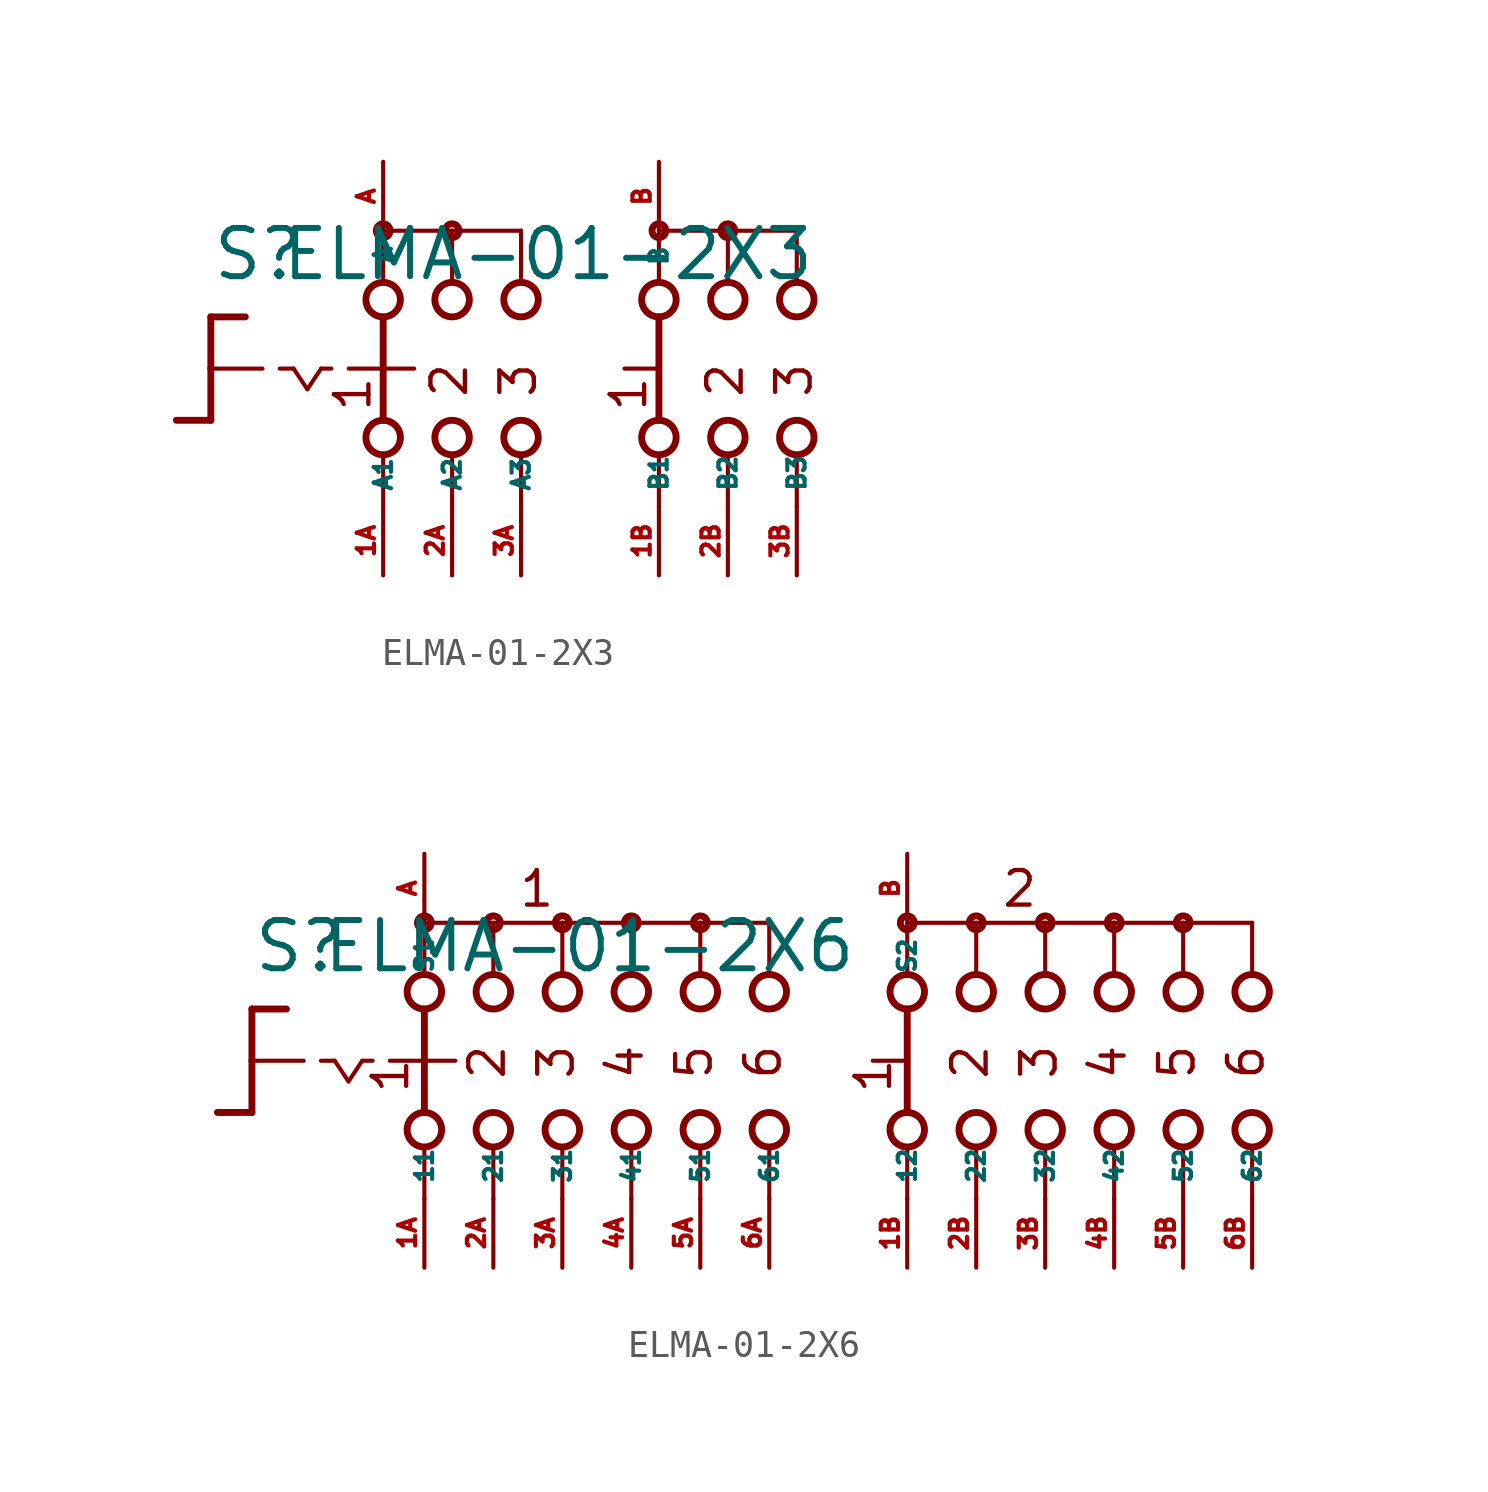
<source format=kicad_sym>
(kicad_symbol_lib
  (version 20220914)
  (generator Eagle2Kicad)
  (symbol "ELMA-01-2X3"
    (property "Reference" "S"
      (at -11.43 3.175 0)
      (effects (font (size 1.778 1.778) (thickness 0.22)) (justify left bottom)))
    (property "Value" "ELMA-01-2X3"
      (at -8.89 3.175 0)
      (effects (font (size 1.778 1.778) (thickness 0.22)) (justify left bottom)))
    (polyline
      (pts (xy -11.43 1.905) (xy -10.16 1.905))
      (stroke (width 0.254) (type default))
      (fill (type none)))
    (polyline
      (pts (xy -11.43 1.905) (xy -11.43 0))
      (stroke (width 0.254) (type default))
      (fill (type none)))
    (polyline
      (pts (xy -11.43 -1.905) (xy -12.7 -1.905))
      (stroke (width 0.254) (type default))
      (fill (type none)))
    (polyline
      (pts (xy -11.43 0) (xy -9.525 0))
      (stroke (width 0.152) (type default))
      (fill (type none)))
    (polyline
      (pts (xy -11.43 0) (xy -11.43 -1.905))
      (stroke (width 0.254) (type default))
      (fill (type none)))
    (polyline
      (pts (xy -8.89 0) (xy -8.382 0))
      (stroke (width 0.152) (type default))
      (fill (type none)))
    (polyline
      (pts (xy -7.366 0) (xy -6.985 0))
      (stroke (width 0.152) (type default))
      (fill (type none)))
    (polyline
      (pts (xy -8.382 0) (xy -7.874 -0.762))
      (stroke (width 0.152) (type default))
      (fill (type none)))
    (polyline
      (pts (xy -7.874 -0.762) (xy -7.366 0))
      (stroke (width 0.152) (type default))
      (fill (type none)))
    (polyline
      (pts (xy -6.35 0) (xy -5.207 0))
      (stroke (width 0.152) (type default))
      (fill (type none)))
    (polyline
      (pts (xy -2.54 3.175) (xy -2.54 5.08))
      (stroke (width 0.152) (type default))
      (fill (type none)))
    (polyline
      (pts (xy 0 3.175) (xy 0 5.08))
      (stroke (width 0.152) (type default))
      (fill (type none)))
    (polyline
      (pts (xy -2.54 -5.08) (xy -2.54 -3.175))
      (stroke (width 0.152) (type default))
      (fill (type none)))
    (polyline
      (pts (xy 0 -5.08) (xy 0 -3.175))
      (stroke (width 0.152) (type default))
      (fill (type none)))
    (polyline
      (pts (xy 0 5.08) (xy -2.54 5.08))
      (stroke (width 0.152) (type default))
      (fill (type none)))
    (polyline
      (pts (xy 5.08 -5.08) (xy 5.08 -3.175))
      (stroke (width 0.152) (type default))
      (fill (type none)))
    (polyline
      (pts (xy 7.62 -5.08) (xy 7.62 -3.175))
      (stroke (width 0.152) (type default))
      (fill (type none)))
    (polyline
      (pts (xy 5.08 3.175) (xy 5.08 5.08))
      (stroke (width 0.152) (type default))
      (fill (type none)))
    (polyline
      (pts (xy 7.62 3.175) (xy 7.62 5.08))
      (stroke (width 0.152) (type default))
      (fill (type none)))
    (polyline
      (pts (xy 5.08 5.08) (xy 7.62 5.08))
      (stroke (width 0.152) (type default))
      (fill (type none)))
    (polyline
      (pts (xy -5.08 5.08) (xy -5.08 3.175))
      (stroke (width 0.152) (type default))
      (fill (type none)))
    (polyline
      (pts (xy -5.08 1.905) (xy -5.08 0))
      (stroke (width 0.254) (type default))
      (fill (type none)))
    (polyline
      (pts (xy -5.08 -3.175) (xy -5.08 -5.08))
      (stroke (width 0.152) (type default))
      (fill (type none)))
    (polyline
      (pts (xy -2.54 5.08) (xy -5.08 5.08))
      (stroke (width 0.152) (type default))
      (fill (type none)))
    (polyline
      (pts (xy 10.16 3.175) (xy 10.16 5.08))
      (stroke (width 0.152) (type default))
      (fill (type none)))
    (polyline
      (pts (xy 10.16 -5.08) (xy 10.16 -3.175))
      (stroke (width 0.152) (type default))
      (fill (type none)))
    (polyline
      (pts (xy -5.08 0) (xy -3.937 0))
      (stroke (width 0.152) (type default))
      (fill (type none)))
    (polyline
      (pts (xy -5.08 0) (xy -5.08 -1.905))
      (stroke (width 0.254) (type default))
      (fill (type none)))
    (polyline
      (pts (xy 3.81 0) (xy 4.953 0))
      (stroke (width 0.152) (type default))
      (fill (type none)))
    (polyline
      (pts (xy 5.08 1.905) (xy 5.08 -1.905))
      (stroke (width 0.254) (type default))
      (fill (type none)))
    (polyline
      (pts (xy 7.62 5.08) (xy 10.16 5.08))
      (stroke (width 0.152) (type default))
      (fill (type none)))
    (text "1"
      (at -5.461 -1.651 900)
      (effects (font (size 1.27 1.27) (thickness 0.16)) (justify left bottom)))
    (text "2"
      (at -1.905 -1.143 900)
      (effects (font (size 1.27 1.27) (thickness 0.16)) (justify left bottom)))
    (text "3"
      (at 0.635 -1.143 900)
      (effects (font (size 1.27 1.27) (thickness 0.16)) (justify left bottom)))
    (text "1"
      (at 4.699 -1.651 900)
      (effects (font (size 1.27 1.27) (thickness 0.16)) (justify left bottom)))
    (text "2"
      (at 8.255 -1.143 900)
      (effects (font (size 1.27 1.27) (thickness 0.16)) (justify left bottom)))
    (text "3"
      (at 10.795 -1.143 900)
      (effects (font (size 1.27 1.27) (thickness 0.16)) (justify left bottom)))
    (circle
      (center -5.08 5.08)
      (radius 0.254)
      (stroke (width 0.254) (type default))
      (fill (type none)))
    (circle
      (center -2.54 5.08)
      (radius 0.254)
      (stroke (width 0.254) (type default))
      (fill (type none)))
    (circle
      (center -5.08 2.54)
      (radius 0.635)
      (stroke (width 0.254) (type default))
      (fill (type none)))
    (circle
      (center -2.54 2.54)
      (radius 0.635)
      (stroke (width 0.254) (type default))
      (fill (type none)))
    (circle
      (center 0 2.54)
      (radius 0.635)
      (stroke (width 0.254) (type default))
      (fill (type none)))
    (circle
      (center -5.08 -2.54)
      (radius 0.635)
      (stroke (width 0.254) (type default))
      (fill (type none)))
    (circle
      (center -2.54 -2.54)
      (radius 0.635)
      (stroke (width 0.254) (type default))
      (fill (type none)))
    (circle
      (center 0 -2.54)
      (radius 0.635)
      (stroke (width 0.254) (type default))
      (fill (type none)))
    (circle
      (center 5.08 5.08)
      (radius 0.254)
      (stroke (width 0.254) (type default))
      (fill (type none)))
    (circle
      (center 5.08 2.54)
      (radius 0.635)
      (stroke (width 0.254) (type default))
      (fill (type none)))
    (circle
      (center 5.08 -2.54)
      (radius 0.635)
      (stroke (width 0.254) (type default))
      (fill (type none)))
    (circle
      (center 7.62 2.54)
      (radius 0.635)
      (stroke (width 0.254) (type default))
      (fill (type none)))
    (circle
      (center 7.62 -2.54)
      (radius 0.635)
      (stroke (width 0.254) (type default))
      (fill (type none)))
    (circle
      (center 10.16 2.54)
      (radius 0.635)
      (stroke (width 0.254) (type default))
      (fill (type none)))
    (circle
      (center 10.16 -2.54)
      (radius 0.635)
      (stroke (width 0.254) (type default))
      (fill (type none)))
    (circle
      (center 7.62 5.08)
      (radius 0.254)
      (stroke (width 0.254) (type default))
      (fill (type none)))
    (pin passive line
      (at -5.08 -7.62 90)
      (length 2.54)
      (name "A1" (effects (font (size 0.635 0.635) (thickness 0.08)) (justify left bottom)))
      (number "1A" (effects (font (size 0.635 0.635) (thickness 0.08)) (justify left bottom))))
    (pin passive line
      (at -5.08 7.62 270)
      (length 2.54)
      (name "A" (effects (font (size 0.635 0.635) (thickness 0.08)) (justify left bottom)))
      (number "A" (effects (font (size 0.635 0.635) (thickness 0.08)) (justify left bottom))))
    (pin passive line
      (at -2.54 -7.62 90)
      (length 2.54)
      (name "A2" (effects (font (size 0.635 0.635) (thickness 0.08)) (justify left bottom)))
      (number "2A" (effects (font (size 0.635 0.635) (thickness 0.08)) (justify left bottom))))
    (pin passive line
      (at 0 -7.62 90)
      (length 2.54)
      (name "A3" (effects (font (size 0.635 0.635) (thickness 0.08)) (justify left bottom)))
      (number "3A" (effects (font (size 0.635 0.635) (thickness 0.08)) (justify left bottom))))
    (pin passive line
      (at 5.08 -7.62 90)
      (length 2.54)
      (name "B1" (effects (font (size 0.635 0.635) (thickness 0.08)) (justify left bottom)))
      (number "1B" (effects (font (size 0.635 0.635) (thickness 0.08)) (justify left bottom))))
    (pin passive line
      (at 7.62 -7.62 90)
      (length 2.54)
      (name "B2" (effects (font (size 0.635 0.635) (thickness 0.08)) (justify left bottom)))
      (number "2B" (effects (font (size 0.635 0.635) (thickness 0.08)) (justify left bottom))))
    (pin passive line
      (at 10.16 -7.62 90)
      (length 2.54)
      (name "B3" (effects (font (size 0.635 0.635) (thickness 0.08)) (justify left bottom)))
      (number "3B" (effects (font (size 0.635 0.635) (thickness 0.08)) (justify left bottom))))
    (pin passive line
      (at 5.08 7.62 270)
      (length 2.54)
      (name "B" (effects (font (size 0.635 0.635) (thickness 0.08)) (justify left bottom)))
      (number "B" (effects (font (size 0.635 0.635) (thickness 0.08)) (justify left bottom)))))
  (symbol "ELMA-01-2X6"
    (property "Reference" "S"
      (at -19.05 3.175 0)
      (effects (font (size 1.778 1.778) (thickness 0.22)) (justify left bottom)))
    (property "Value" "ELMA-01-2X6"
      (at -16.51 3.175 0)
      (effects (font (size 1.778 1.778) (thickness 0.22)) (justify left bottom)))
    (polyline
      (pts (xy -19.05 1.905) (xy -17.78 1.905))
      (stroke (width 0.254) (type default))
      (fill (type none)))
    (polyline
      (pts (xy -19.05 1.905) (xy -19.05 0))
      (stroke (width 0.254) (type default))
      (fill (type none)))
    (polyline
      (pts (xy -19.05 -1.905) (xy -20.32 -1.905))
      (stroke (width 0.254) (type default))
      (fill (type none)))
    (polyline
      (pts (xy -19.05 0) (xy -17.145 0))
      (stroke (width 0.152) (type default))
      (fill (type none)))
    (polyline
      (pts (xy -19.05 0) (xy -19.05 -1.905))
      (stroke (width 0.254) (type default))
      (fill (type none)))
    (polyline
      (pts (xy -16.51 0) (xy -16.002 0))
      (stroke (width 0.152) (type default))
      (fill (type none)))
    (polyline
      (pts (xy -14.986 0) (xy -14.605 0))
      (stroke (width 0.152) (type default))
      (fill (type none)))
    (polyline
      (pts (xy -16.002 0) (xy -15.494 -0.762))
      (stroke (width 0.152) (type default))
      (fill (type none)))
    (polyline
      (pts (xy -15.494 -0.762) (xy -14.986 0))
      (stroke (width 0.152) (type default))
      (fill (type none)))
    (polyline
      (pts (xy -10.16 3.175) (xy -10.16 5.08))
      (stroke (width 0.152) (type default))
      (fill (type none)))
    (polyline
      (pts (xy -7.62 3.175) (xy -7.62 5.08))
      (stroke (width 0.152) (type default))
      (fill (type none)))
    (polyline
      (pts (xy -5.08 3.175) (xy -5.08 5.08))
      (stroke (width 0.152) (type default))
      (fill (type none)))
    (polyline
      (pts (xy -7.62 5.08) (xy -10.16 5.08))
      (stroke (width 0.152) (type default))
      (fill (type none)))
    (polyline
      (pts (xy -7.62 5.08) (xy -5.08 5.08))
      (stroke (width 0.152) (type default))
      (fill (type none)))
    (polyline
      (pts (xy -2.54 3.175) (xy -2.54 5.08))
      (stroke (width 0.152) (type default))
      (fill (type none)))
    (polyline
      (pts (xy 0 3.175) (xy 0 5.08))
      (stroke (width 0.152) (type default))
      (fill (type none)))
    (polyline
      (pts (xy -5.08 5.08) (xy -2.54 5.08))
      (stroke (width 0.152) (type default))
      (fill (type none)))
    (polyline
      (pts (xy -2.54 5.08) (xy 0 5.08))
      (stroke (width 0.152) (type default))
      (fill (type none)))
    (polyline
      (pts (xy -12.7 5.08) (xy -12.7 3.175))
      (stroke (width 0.152) (type default))
      (fill (type none)))
    (polyline
      (pts (xy -10.16 5.08) (xy -12.7 5.08))
      (stroke (width 0.152) (type default))
      (fill (type none)))
    (polyline
      (pts (xy 5.08 3.175) (xy 5.08 5.08))
      (stroke (width 0.152) (type default))
      (fill (type none)))
    (polyline
      (pts (xy 5.08 -5.08) (xy 5.08 -3.175))
      (stroke (width 0.152) (type default))
      (fill (type none)))
    (polyline
      (pts (xy 7.62 3.175) (xy 7.62 5.08))
      (stroke (width 0.152) (type default))
      (fill (type none)))
    (polyline
      (pts (xy 10.16 3.175) (xy 10.16 5.08))
      (stroke (width 0.152) (type default))
      (fill (type none)))
    (polyline
      (pts (xy 12.7 3.175) (xy 12.7 5.08))
      (stroke (width 0.152) (type default))
      (fill (type none)))
    (polyline
      (pts (xy 15.24 3.175) (xy 15.24 5.08))
      (stroke (width 0.152) (type default))
      (fill (type none)))
    (polyline
      (pts (xy 17.78 3.175) (xy 17.78 5.08))
      (stroke (width 0.152) (type default))
      (fill (type none)))
    (polyline
      (pts (xy 5.08 5.08) (xy 7.62 5.08))
      (stroke (width 0.152) (type default))
      (fill (type none)))
    (polyline
      (pts (xy 7.62 5.08) (xy 10.16 5.08))
      (stroke (width 0.152) (type default))
      (fill (type none)))
    (polyline
      (pts (xy 10.16 5.08) (xy 12.7 5.08))
      (stroke (width 0.152) (type default))
      (fill (type none)))
    (polyline
      (pts (xy 12.7 5.08) (xy 15.24 5.08))
      (stroke (width 0.152) (type default))
      (fill (type none)))
    (polyline
      (pts (xy 15.24 5.08) (xy 17.78 5.08))
      (stroke (width 0.152) (type default))
      (fill (type none)))
    (polyline
      (pts (xy 7.62 -5.08) (xy 7.62 -3.175))
      (stroke (width 0.152) (type default))
      (fill (type none)))
    (polyline
      (pts (xy 10.16 -5.08) (xy 10.16 -3.175))
      (stroke (width 0.152) (type default))
      (fill (type none)))
    (polyline
      (pts (xy 12.7 -5.08) (xy 12.7 -3.175))
      (stroke (width 0.152) (type default))
      (fill (type none)))
    (polyline
      (pts (xy 15.24 -5.08) (xy 15.24 -3.175))
      (stroke (width 0.152) (type default))
      (fill (type none)))
    (polyline
      (pts (xy 17.78 -5.08) (xy 17.78 -3.175))
      (stroke (width 0.152) (type default))
      (fill (type none)))
    (polyline
      (pts (xy 5.08 1.905) (xy 5.08 -1.905))
      (stroke (width 0.254) (type default))
      (fill (type none)))
    (polyline
      (pts (xy 3.81 0) (xy 4.953 0))
      (stroke (width 0.152) (type default))
      (fill (type none)))
    (polyline
      (pts (xy -13.97 0) (xy -12.827 0))
      (stroke (width 0.152) (type default))
      (fill (type none)))
    (polyline
      (pts (xy -10.16 -5.08) (xy -10.16 -3.175))
      (stroke (width 0.152) (type default))
      (fill (type none)))
    (polyline
      (pts (xy -7.62 -5.08) (xy -7.62 -3.175))
      (stroke (width 0.152) (type default))
      (fill (type none)))
    (polyline
      (pts (xy -5.08 -5.08) (xy -5.08 -3.175))
      (stroke (width 0.152) (type default))
      (fill (type none)))
    (polyline
      (pts (xy -2.54 -5.08) (xy -2.54 -3.175))
      (stroke (width 0.152) (type default))
      (fill (type none)))
    (polyline
      (pts (xy 0 -5.08) (xy 0 -3.175))
      (stroke (width 0.152) (type default))
      (fill (type none)))
    (polyline
      (pts (xy -12.7 1.905) (xy -12.7 0))
      (stroke (width 0.254) (type default))
      (fill (type none)))
    (polyline
      (pts (xy -12.7 -3.175) (xy -12.7 -5.08))
      (stroke (width 0.152) (type default))
      (fill (type none)))
    (polyline
      (pts (xy -12.7 0) (xy -11.557 0))
      (stroke (width 0.152) (type default))
      (fill (type none)))
    (polyline
      (pts (xy -12.7 0) (xy -12.7 -1.905))
      (stroke (width 0.254) (type default))
      (fill (type none)))
    (text "2"
      (at 8.128 -0.762 900)
      (effects (font (size 1.27 1.27) (thickness 0.16)) (justify left bottom)))
    (text "3"
      (at 10.668 -0.762 900)
      (effects (font (size 1.27 1.27) (thickness 0.16)) (justify left bottom)))
    (text "4"
      (at 13.208 -0.762 900)
      (effects (font (size 1.27 1.27) (thickness 0.16)) (justify left bottom)))
    (text "5"
      (at 15.748 -0.762 900)
      (effects (font (size 1.27 1.27) (thickness 0.16)) (justify left bottom)))
    (text "6"
      (at 18.288 -0.762 900)
      (effects (font (size 1.27 1.27) (thickness 0.16)) (justify left bottom)))
    (text "1"
      (at 4.572 -1.27 900)
      (effects (font (size 1.27 1.27) (thickness 0.16)) (justify left bottom)))
    (text "1"
      (at -13.208 -1.27 900)
      (effects (font (size 1.27 1.27) (thickness 0.16)) (justify left bottom)))
    (text "2"
      (at -9.652 -0.762 900)
      (effects (font (size 1.27 1.27) (thickness 0.16)) (justify left bottom)))
    (text "3"
      (at -7.112 -0.762 900)
      (effects (font (size 1.27 1.27) (thickness 0.16)) (justify left bottom)))
    (text "4"
      (at -4.572 -0.762 900)
      (effects (font (size 1.27 1.27) (thickness 0.16)) (justify left bottom)))
    (text "5"
      (at -2.032 -0.762 900)
      (effects (font (size 1.27 1.27) (thickness 0.16)) (justify left bottom)))
    (text "6"
      (at 0.508 -0.762 900)
      (effects (font (size 1.27 1.27) (thickness 0.16)) (justify left bottom)))
    (text "1 "
      (at -9.271 5.588 0)
      (effects (font (size 1.27 1.27) (thickness 0.16)) (justify left bottom)))
    (text "2 "
      (at 8.509 5.588 0)
      (effects (font (size 1.27 1.27) (thickness 0.16)) (justify left bottom)))
    (circle
      (center -7.62 5.08)
      (radius 0.254)
      (stroke (width 0.254) (type default))
      (fill (type none)))
    (circle
      (center -5.08 5.08)
      (radius 0.254)
      (stroke (width 0.254) (type default))
      (fill (type none)))
    (circle
      (center -12.7 5.08)
      (radius 0.254)
      (stroke (width 0.254) (type default))
      (fill (type none)))
    (circle
      (center -10.16 5.08)
      (radius 0.254)
      (stroke (width 0.254) (type default))
      (fill (type none)))
    (circle
      (center -12.7 2.54)
      (radius 0.635)
      (stroke (width 0.254) (type default))
      (fill (type none)))
    (circle
      (center -10.16 2.54)
      (radius 0.635)
      (stroke (width 0.254) (type default))
      (fill (type none)))
    (circle
      (center -7.62 2.54)
      (radius 0.635)
      (stroke (width 0.254) (type default))
      (fill (type none)))
    (circle
      (center -2.54 5.08)
      (radius 0.254)
      (stroke (width 0.254) (type default))
      (fill (type none)))
    (circle
      (center -5.08 2.54)
      (radius 0.635)
      (stroke (width 0.254) (type default))
      (fill (type none)))
    (circle
      (center -2.54 2.54)
      (radius 0.635)
      (stroke (width 0.254) (type default))
      (fill (type none)))
    (circle
      (center 0 2.54)
      (radius 0.635)
      (stroke (width 0.254) (type default))
      (fill (type none)))
    (circle
      (center 5.08 5.08)
      (radius 0.254)
      (stroke (width 0.254) (type default))
      (fill (type none)))
    (circle
      (center 5.08 2.54)
      (radius 0.635)
      (stroke (width 0.254) (type default))
      (fill (type none)))
    (circle
      (center 5.08 -2.54)
      (radius 0.635)
      (stroke (width 0.254) (type default))
      (fill (type none)))
    (circle
      (center 7.62 2.54)
      (radius 0.635)
      (stroke (width 0.254) (type default))
      (fill (type none)))
    (circle
      (center 10.16 2.54)
      (radius 0.635)
      (stroke (width 0.254) (type default))
      (fill (type none)))
    (circle
      (center 12.7 2.54)
      (radius 0.635)
      (stroke (width 0.254) (type default))
      (fill (type none)))
    (circle
      (center 15.24 2.54)
      (radius 0.635)
      (stroke (width 0.254) (type default))
      (fill (type none)))
    (circle
      (center 17.78 2.54)
      (radius 0.635)
      (stroke (width 0.254) (type default))
      (fill (type none)))
    (circle
      (center 7.62 5.08)
      (radius 0.254)
      (stroke (width 0.254) (type default))
      (fill (type none)))
    (circle
      (center 10.16 5.08)
      (radius 0.254)
      (stroke (width 0.254) (type default))
      (fill (type none)))
    (circle
      (center 12.7 5.08)
      (radius 0.254)
      (stroke (width 0.254) (type default))
      (fill (type none)))
    (circle
      (center 15.24 5.08)
      (radius 0.254)
      (stroke (width 0.254) (type default))
      (fill (type none)))
    (circle
      (center 7.62 -2.54)
      (radius 0.635)
      (stroke (width 0.254) (type default))
      (fill (type none)))
    (circle
      (center 10.16 -2.54)
      (radius 0.635)
      (stroke (width 0.254) (type default))
      (fill (type none)))
    (circle
      (center 12.7 -2.54)
      (radius 0.635)
      (stroke (width 0.254) (type default))
      (fill (type none)))
    (circle
      (center 15.24 -2.54)
      (radius 0.635)
      (stroke (width 0.254) (type default))
      (fill (type none)))
    (circle
      (center 17.78 -2.54)
      (radius 0.635)
      (stroke (width 0.254) (type default))
      (fill (type none)))
    (circle
      (center -12.7 -2.54)
      (radius 0.635)
      (stroke (width 0.254) (type default))
      (fill (type none)))
    (circle
      (center -10.16 -2.54)
      (radius 0.635)
      (stroke (width 0.254) (type default))
      (fill (type none)))
    (circle
      (center -7.62 -2.54)
      (radius 0.635)
      (stroke (width 0.254) (type default))
      (fill (type none)))
    (circle
      (center -5.08 -2.54)
      (radius 0.635)
      (stroke (width 0.254) (type default))
      (fill (type none)))
    (circle
      (center -2.54 -2.54)
      (radius 0.635)
      (stroke (width 0.254) (type default))
      (fill (type none)))
    (circle
      (center 0 -2.54)
      (radius 0.635)
      (stroke (width 0.254) (type default))
      (fill (type none)))
    (pin passive line
      (at -12.7 -7.62 90)
      (length 2.54)
      (name "11" (effects (font (size 0.635 0.635) (thickness 0.08)) (justify left bottom)))
      (number "1A" (effects (font (size 0.635 0.635) (thickness 0.08)) (justify left bottom))))
    (pin passive line
      (at -12.7 7.62 270)
      (length 2.54)
      (name "S1" (effects (font (size 0.635 0.635) (thickness 0.08)) (justify left bottom)))
      (number "A" (effects (font (size 0.635 0.635) (thickness 0.08)) (justify left bottom))))
    (pin passive line
      (at -10.16 -7.62 90)
      (length 2.54)
      (name "21" (effects (font (size 0.635 0.635) (thickness 0.08)) (justify left bottom)))
      (number "2A" (effects (font (size 0.635 0.635) (thickness 0.08)) (justify left bottom))))
    (pin passive line
      (at -7.62 -7.62 90)
      (length 2.54)
      (name "31" (effects (font (size 0.635 0.635) (thickness 0.08)) (justify left bottom)))
      (number "3A" (effects (font (size 0.635 0.635) (thickness 0.08)) (justify left bottom))))
    (pin passive line
      (at -5.08 -7.62 90)
      (length 2.54)
      (name "41" (effects (font (size 0.635 0.635) (thickness 0.08)) (justify left bottom)))
      (number "4A" (effects (font (size 0.635 0.635) (thickness 0.08)) (justify left bottom))))
    (pin passive line
      (at -2.54 -7.62 90)
      (length 2.54)
      (name "51" (effects (font (size 0.635 0.635) (thickness 0.08)) (justify left bottom)))
      (number "5A" (effects (font (size 0.635 0.635) (thickness 0.08)) (justify left bottom))))
    (pin passive line
      (at 0 -7.62 90)
      (length 2.54)
      (name "61" (effects (font (size 0.635 0.635) (thickness 0.08)) (justify left bottom)))
      (number "6A" (effects (font (size 0.635 0.635) (thickness 0.08)) (justify left bottom))))
    (pin passive line
      (at 5.08 -7.62 90)
      (length 2.54)
      (name "12" (effects (font (size 0.635 0.635) (thickness 0.08)) (justify left bottom)))
      (number "1B" (effects (font (size 0.635 0.635) (thickness 0.08)) (justify left bottom))))
    (pin passive line
      (at 7.62 -7.62 90)
      (length 2.54)
      (name "22" (effects (font (size 0.635 0.635) (thickness 0.08)) (justify left bottom)))
      (number "2B" (effects (font (size 0.635 0.635) (thickness 0.08)) (justify left bottom))))
    (pin passive line
      (at 10.16 -7.62 90)
      (length 2.54)
      (name "32" (effects (font (size 0.635 0.635) (thickness 0.08)) (justify left bottom)))
      (number "3B" (effects (font (size 0.635 0.635) (thickness 0.08)) (justify left bottom))))
    (pin passive line
      (at 12.7 -7.62 90)
      (length 2.54)
      (name "42" (effects (font (size 0.635 0.635) (thickness 0.08)) (justify left bottom)))
      (number "4B" (effects (font (size 0.635 0.635) (thickness 0.08)) (justify left bottom))))
    (pin passive line
      (at 15.24 -7.62 90)
      (length 2.54)
      (name "52" (effects (font (size 0.635 0.635) (thickness 0.08)) (justify left bottom)))
      (number "5B" (effects (font (size 0.635 0.635) (thickness 0.08)) (justify left bottom))))
    (pin passive line
      (at 17.78 -7.62 90)
      (length 2.54)
      (name "62" (effects (font (size 0.635 0.635) (thickness 0.08)) (justify left bottom)))
      (number "6B" (effects (font (size 0.635 0.635) (thickness 0.08)) (justify left bottom))))
    (pin passive line
      (at 5.08 7.62 270)
      (length 2.54)
      (name "S2" (effects (font (size 0.635 0.635) (thickness 0.08)) (justify left bottom)))
      (number "B" (effects (font (size 0.635 0.635) (thickness 0.08)) (justify left bottom))))))
</source>
